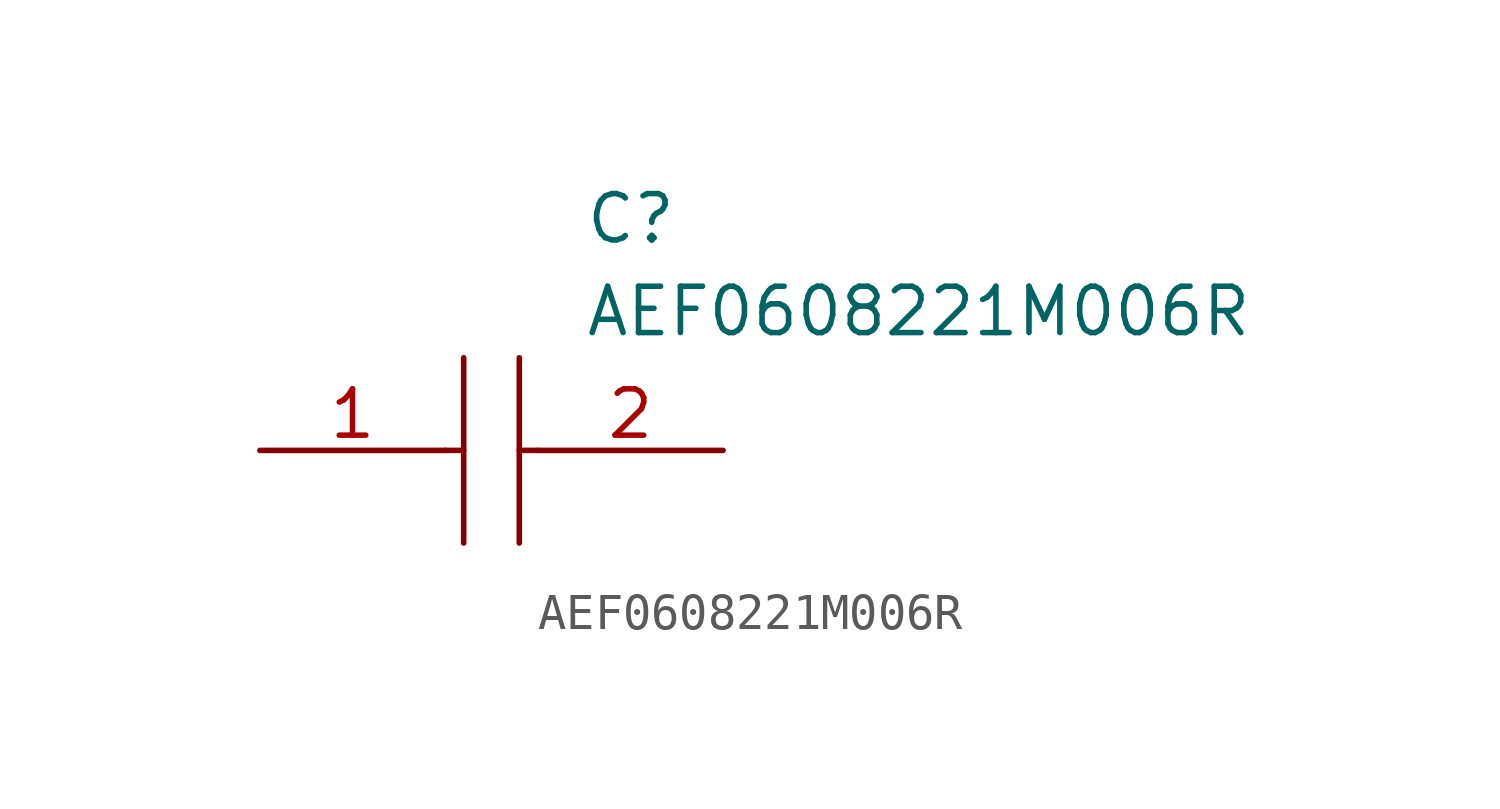
<source format=kicad_sym>
(kicad_symbol_lib
  (version 20211014)
  (generator kicad_symbol_editor)
  (symbol "AEF0608221M006R"
    (pin_names
      (offset 0.762))
    (property "Reference" "C"
      (at 8.89 6.35 0)
      (effects (font (size 1.27 1.27)) (justify left)))
    (property "Value" "AEF0608221M006R"
      (at 8.89 3.81 0)
      (effects (font (size 1.27 1.27)) (justify left)))
    (symbol "AEF0608221M006R_0_0"
      (pin passive line (at 0 0 0) (length 5.08) (name "~" (effects (font (size 1.27 1.27)))) (number "1" (effects (font (size 1.27 1.27)))))
      (pin passive line (at 12.7 0 180) (length 5.08) (name "~" (effects (font (size 1.27 1.27)))) (number "2" (effects (font (size 1.27 1.27))))))
    (symbol "AEF0608221M006R_0_1"
      (polyline (pts (xy 5.08 0) (xy 5.588 0)) (stroke (width 0.152) (type default) (color 0 0 0 0)) (fill (type none)))
      (polyline (pts (xy 5.588 2.54) (xy 5.588 -2.54)) (stroke (width 0.152) (type default) (color 0 0 0 0)) (fill (type none)))
      (polyline (pts (xy 7.112 0) (xy 7.62 0)) (stroke (width 0.152) (type default) (color 0 0 0 0)) (fill (type none)))
      (polyline (pts (xy 7.112 2.54) (xy 7.112 -2.54)) (stroke (width 0.152) (type default) (color 0 0 0 0)) (fill (type none))))))
</source>
